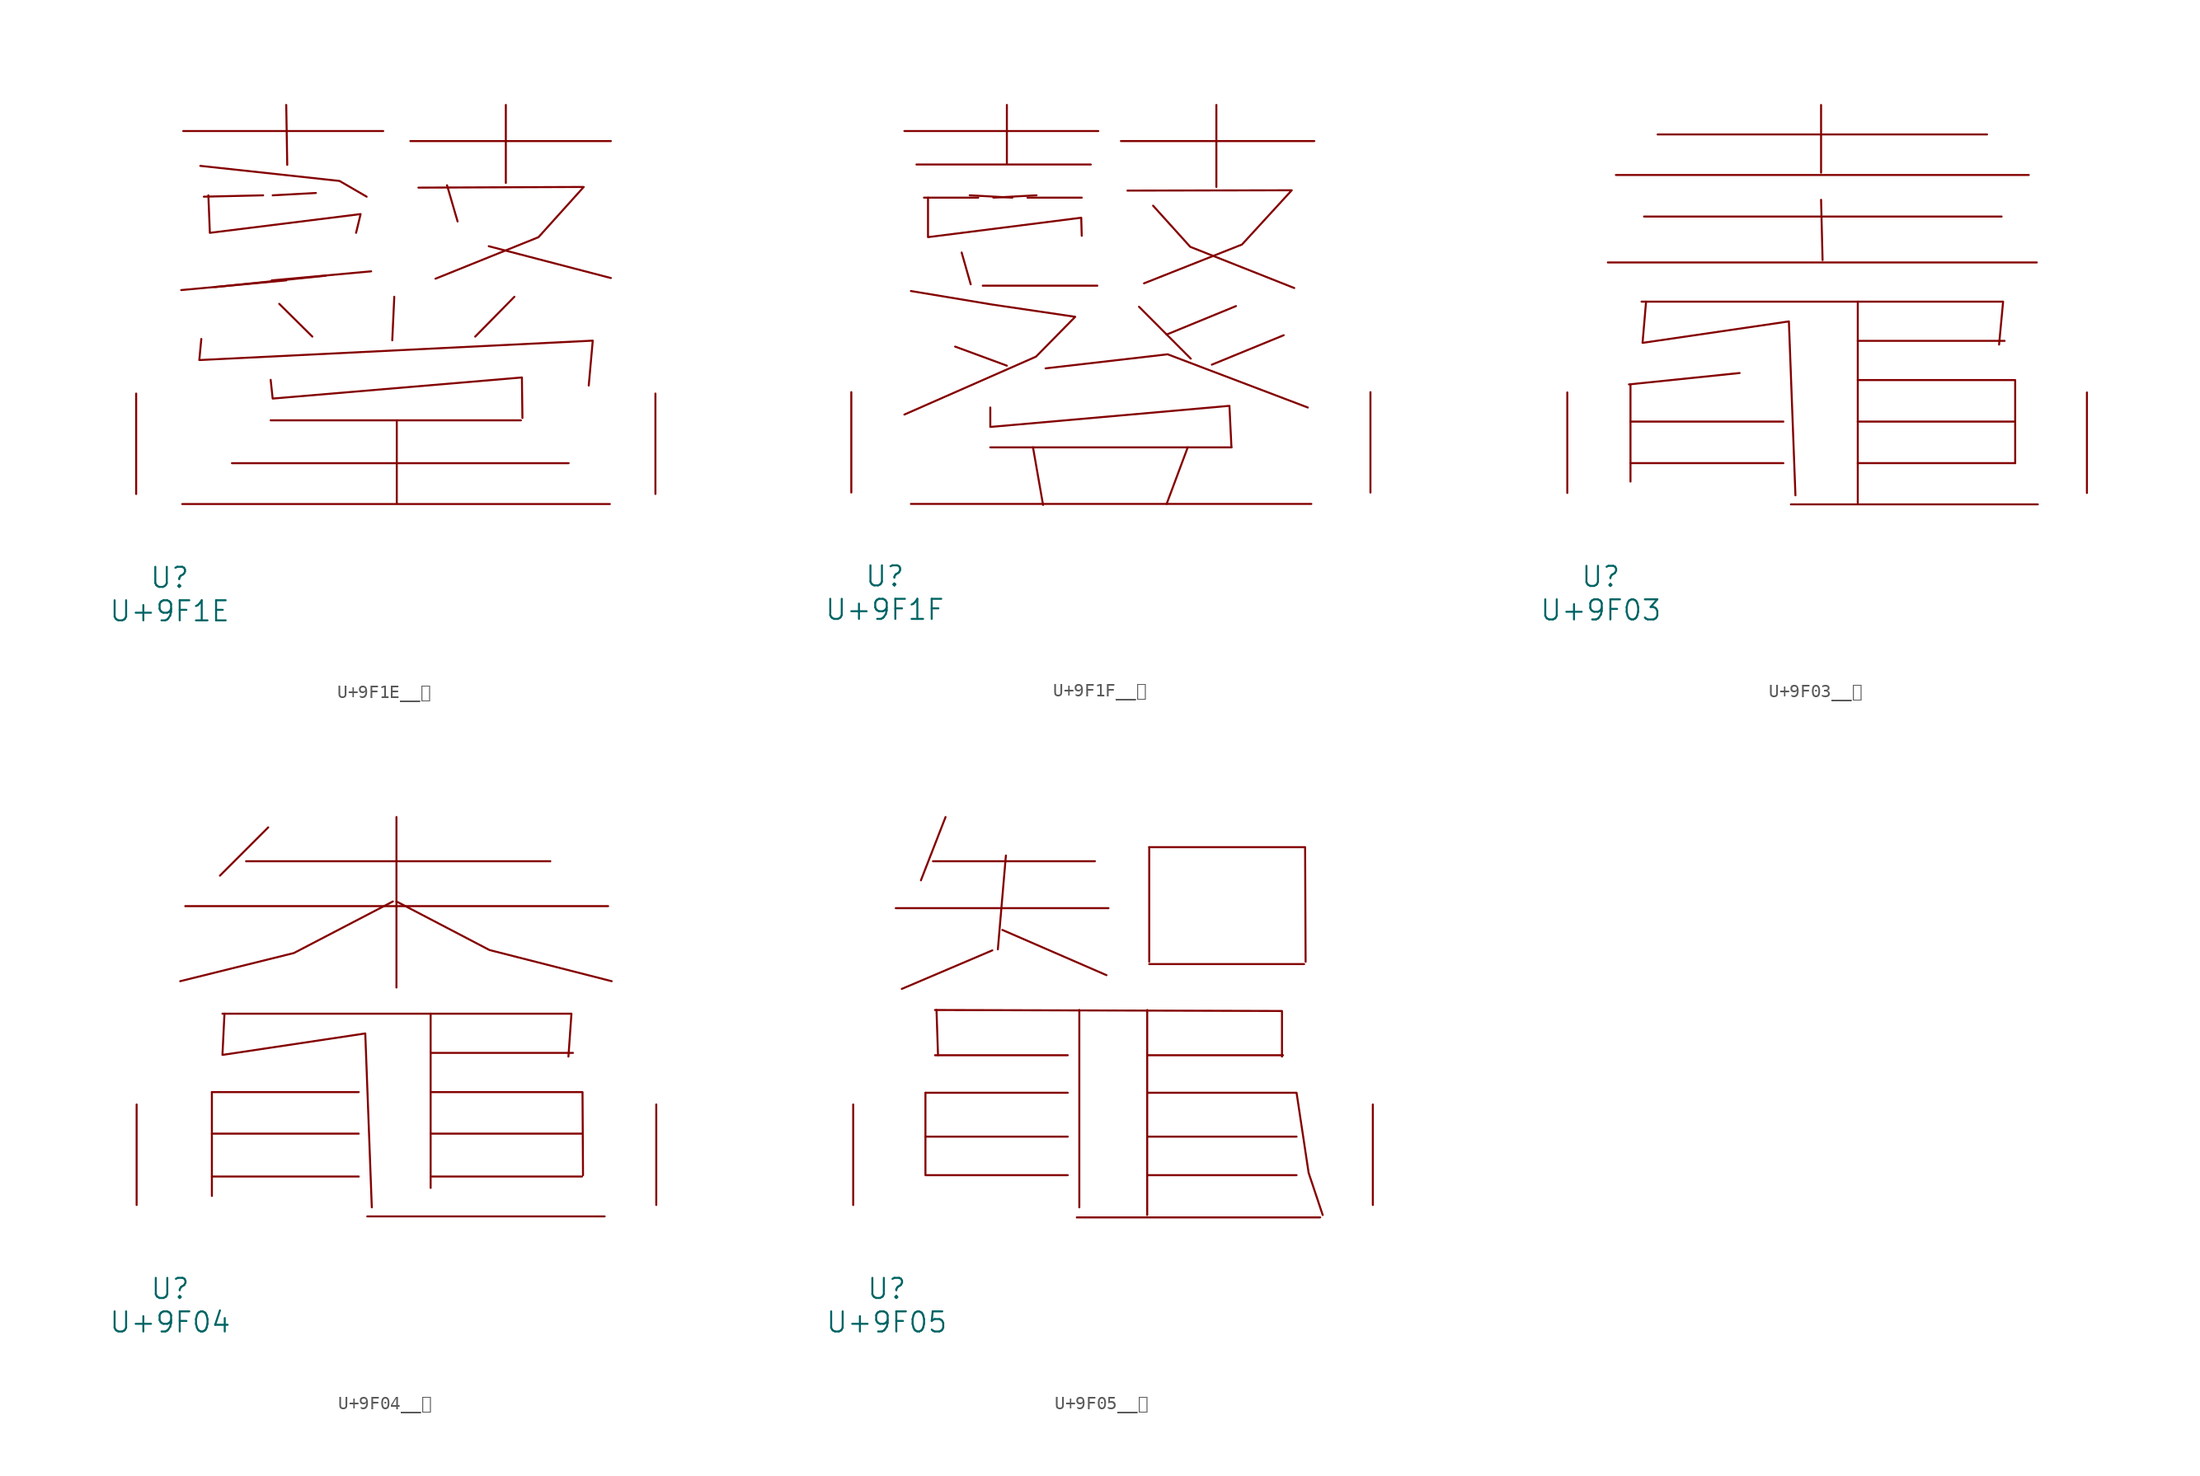
<source format=kicad_sym>
(kicad_symbol_lib
  (version 20231120)
  (generator "kicad_symbol_editor")
  (generator_version "8.0")
  (symbol "U+9F1E__鼞"
    (pin_names
      (offset 1.016))
    (property "Reference" "U"
      (at 0 -6.35 0)
      (effects (font (size 1.524 1.524))))
    (property "Value" "U+9F1E"
      (at 0 -8.89 0)
      (effects (font (size 1.524 1.524))))
    (symbol "U+9F1E__鼞_0_1"
      (polyline (pts (xy 0.953 -0.762) (xy 33.376 -0.762)) (stroke (width 0) (type solid)) (fill (type none)))
      (polyline (pts (xy 1.029 27.534) (xy 16.192 27.534)) (stroke (width 0) (type solid)) (fill (type none)))
      (polyline (pts (xy 4.724 2.337) (xy 30.251 2.337)) (stroke (width 0) (type solid)) (fill (type none)))
      (polyline (pts (xy 7.087 22.657) (xy 2.591 22.555)) (stroke (width 0) (type solid)) (fill (type none)))
      (polyline (pts (xy 7.658 5.588) (xy 26.632 5.588)) (stroke (width 0) (type solid)) (fill (type none)))
      (polyline (pts (xy 7.811 22.657) (xy 11.087 22.835)) (stroke (width 0) (type solid)) (fill (type none)))
      (polyline (pts (xy 8.306 14.427) (xy 10.82 11.938)) (stroke (width 0) (type solid)) (fill (type none)))
      (polyline (pts (xy 8.839 16.205) (xy 0.876 15.469)) (stroke (width 0) (type solid)) (fill (type none)))
      (polyline (pts (xy 8.839 29.515) (xy 8.915 24.968)) (stroke (width 0) (type solid)) (fill (type none)))
      (polyline (pts (xy 11.849 16.561) (xy 3.429 15.697)) (stroke (width 0) (type solid)) (fill (type none)))
      (polyline (pts (xy 15.278 16.891) (xy 7.734 16.205)) (stroke (width 0) (type solid)) (fill (type none)))
      (polyline (pts (xy 17.031 14.961) (xy 16.878 11.659)) (stroke (width 0) (type solid)) (fill (type none)))
      (polyline (pts (xy 17.221 5.588) (xy 17.221 -0.686)) (stroke (width 0) (type solid)) (fill (type none)))
      (polyline (pts (xy 18.25 26.772) (xy 33.452 26.772)) (stroke (width 0) (type solid)) (fill (type none)))
      (polyline (pts (xy 21.031 23.419) (xy 21.831 20.676)) (stroke (width 0) (type solid)) (fill (type none)))
      (polyline (pts (xy 24.194 18.796) (xy 33.452 16.383)) (stroke (width 0) (type solid)) (fill (type none)))
      (polyline (pts (xy 25.489 29.515) (xy 25.489 23.597)) (stroke (width 0) (type solid)) (fill (type none)))
      (polyline (pts (xy 26.137 14.961) (xy 23.165 11.938)) (stroke (width 0) (type solid)) (fill (type none)))
      (polyline (pts (xy 2.324 24.892) (xy 12.878 23.749) (xy 14.935 22.555)) (stroke (width 0) (type solid)) (fill (type none)))
      (polyline (pts (xy 2.4 11.76) (xy 2.248 10.16) (xy 32.08 11.633) (xy 31.775 8.23)) (stroke (width 0) (type solid)) (fill (type none)))
      (polyline (pts (xy 2.934 22.657) (xy 3.048 19.812) (xy 14.478 21.234) (xy 14.135 19.812)) (stroke (width 0) (type solid)) (fill (type none)))
      (polyline (pts (xy 7.658 8.661) (xy 7.811 7.239) (xy 26.708 8.839) (xy 26.746 5.766)) (stroke (width 0) (type solid)) (fill (type none)))
      (polyline (pts (xy 18.86 23.241) (xy 31.394 23.292) (xy 27.965 19.482) (xy 20.155 16.332)) (stroke (width 0) (type solid)) (fill (type none)))
      (pin input line (at -2.54 0 90) (length 7.62) (name "~" (effects (font (size 1.27 1.27)))) (number "~" (effects (font (size 1.27 1.27)))))
      (pin input line (at 36.83 0 90) (length 7.62) (name "~" (effects (font (size 1.27 1.27)))) (number "~" (effects (font (size 1.27 1.27)))))))
  (symbol "U+9F1F__鼟"
    (pin_names
      (offset 1.016))
    (property "Reference" "U"
      (at 0 -6.35 0)
      (effects (font (size 1.524 1.524))))
    (property "Value" "U+9F1F"
      (at 0 -8.89 0)
      (effects (font (size 1.524 1.524))))
    (symbol "U+9F1F__鼟_0_1"
      (polyline (pts (xy 1.486 27.432) (xy 16.192 27.432)) (stroke (width 0) (type solid)) (fill (type none)))
      (polyline (pts (xy 1.981 -0.864) (xy 32.347 -0.864)) (stroke (width 0) (type solid)) (fill (type none)))
      (polyline (pts (xy 2.4 24.892) (xy 15.621 24.892)) (stroke (width 0) (type solid)) (fill (type none)))
      (polyline (pts (xy 5.334 11.074) (xy 9.258 9.627)) (stroke (width 0) (type solid)) (fill (type none)))
      (polyline (pts (xy 5.829 18.212) (xy 6.515 15.799)) (stroke (width 0) (type solid)) (fill (type none)))
      (polyline (pts (xy 7.087 22.377) (xy 2.972 22.377)) (stroke (width 0) (type solid)) (fill (type none)))
      (polyline (pts (xy 7.429 15.697) (xy 16.116 15.697)) (stroke (width 0) (type solid)) (fill (type none)))
      (polyline (pts (xy 8.001 3.429) (xy 26.289 3.429)) (stroke (width 0) (type solid)) (fill (type none)))
      (polyline (pts (xy 8.23 22.377) (xy 11.506 22.555)) (stroke (width 0) (type solid)) (fill (type none)))
      (polyline (pts (xy 9.258 29.413) (xy 9.258 24.968)) (stroke (width 0) (type solid)) (fill (type none)))
      (polyline (pts (xy 9.677 22.377) (xy 6.439 22.555)) (stroke (width 0) (type solid)) (fill (type none)))
      (polyline (pts (xy 10.82 22.377) (xy 14.935 22.377)) (stroke (width 0) (type solid)) (fill (type none)))
      (polyline (pts (xy 11.239 3.429) (xy 12.002 -0.94)) (stroke (width 0) (type solid)) (fill (type none)))
      (polyline (pts (xy 17.907 26.67) (xy 32.575 26.67)) (stroke (width 0) (type solid)) (fill (type none)))
      (polyline (pts (xy 19.279 14.097) (xy 23.203 10.16)) (stroke (width 0) (type solid)) (fill (type none)))
      (polyline (pts (xy 22.974 3.429) (xy 21.374 -0.864)) (stroke (width 0) (type solid)) (fill (type none)))
      (polyline (pts (xy 25.146 29.413) (xy 25.146 23.19)) (stroke (width 0) (type solid)) (fill (type none)))
      (polyline (pts (xy 26.632 14.148) (xy 21.374 11.989)) (stroke (width 0) (type solid)) (fill (type none)))
      (polyline (pts (xy 30.251 11.938) (xy 24.803 9.703)) (stroke (width 0) (type solid)) (fill (type none)))
      (polyline (pts (xy 12.192 9.423) (xy 21.45 10.49) (xy 32.08 6.452)) (stroke (width 0) (type solid)) (fill (type none)))
      (polyline (pts (xy 20.345 21.768) (xy 23.165 18.644) (xy 31.052 15.519)) (stroke (width 0) (type solid)) (fill (type none)))
      (polyline (pts (xy 3.277 22.377) (xy 3.277 19.38) (xy 14.897 20.853) (xy 14.935 19.482)) (stroke (width 0) (type solid)) (fill (type none)))
      (polyline (pts (xy 8.001 6.452) (xy 8.001 4.978) (xy 26.137 6.579) (xy 26.289 3.429)) (stroke (width 0) (type solid)) (fill (type none)))
      (polyline (pts (xy 18.402 22.911) (xy 30.861 22.936) (xy 27.089 18.821) (xy 19.66 15.875)) (stroke (width 0) (type solid)) (fill (type none)))
      (polyline (pts (xy 1.981 15.291) (xy 8.077 14.275) (xy 14.44 13.335) (xy 11.468 10.312) (xy 1.486 5.918)) (stroke (width 0) (type solid)) (fill (type none)))
      (pin input line (at -2.54 0 90) (length 7.62) (name "~" (effects (font (size 1.27 1.27)))) (number "~" (effects (font (size 1.27 1.27)))))
      (pin input line (at 36.83 0 90) (length 7.62) (name "~" (effects (font (size 1.27 1.27)))) (number "~" (effects (font (size 1.27 1.27)))))))
  (symbol "U+9F03__鼃"
    (pin_names
      (offset 1.016))
    (property "Reference" "U"
      (at 0 -6.35 0)
      (effects (font (size 1.524 1.524))))
    (property "Value" "U+9F03"
      (at 0 -8.89 0)
      (effects (font (size 1.524 1.524))))
    (symbol "U+9F03__鼃_0_1"
      (polyline (pts (xy 0.533 17.475) (xy 33.033 17.475)) (stroke (width 0) (type solid)) (fill (type none)))
      (polyline (pts (xy 1.143 24.105) (xy 32.423 24.105)) (stroke (width 0) (type solid)) (fill (type none)))
      (polyline (pts (xy 2.248 2.261) (xy 13.83 2.261)) (stroke (width 0) (type solid)) (fill (type none)))
      (polyline (pts (xy 2.248 5.41) (xy 13.83 5.41)) (stroke (width 0) (type solid)) (fill (type none)))
      (polyline (pts (xy 2.248 8.153) (xy 2.248 0.864)) (stroke (width 0) (type solid)) (fill (type none)))
      (polyline (pts (xy 3.277 20.955) (xy 30.366 20.955)) (stroke (width 0) (type solid)) (fill (type none)))
      (polyline (pts (xy 4.305 27.178) (xy 29.261 27.178)) (stroke (width 0) (type solid)) (fill (type none)))
      (polyline (pts (xy 10.516 9.093) (xy 2.134 8.23)) (stroke (width 0) (type solid)) (fill (type none)))
      (polyline (pts (xy 14.402 -0.864) (xy 33.109 -0.864)) (stroke (width 0) (type solid)) (fill (type none)))
      (polyline (pts (xy 16.688 22.225) (xy 16.802 17.653)) (stroke (width 0) (type solid)) (fill (type none)))
      (polyline (pts (xy 16.688 29.413) (xy 16.688 24.282)) (stroke (width 0) (type solid)) (fill (type none)))
      (polyline (pts (xy 19.469 2.261) (xy 31.394 2.261)) (stroke (width 0) (type solid)) (fill (type none)))
      (polyline (pts (xy 19.469 5.41) (xy 31.394 5.41)) (stroke (width 0) (type solid)) (fill (type none)))
      (polyline (pts (xy 19.469 11.532) (xy 30.594 11.532)) (stroke (width 0) (type solid)) (fill (type none)))
      (polyline (pts (xy 19.469 14.503) (xy 19.469 -0.762)) (stroke (width 0) (type solid)) (fill (type none)))
      (polyline (pts (xy 3.086 14.503) (xy 30.48 14.503) (xy 30.175 11.252)) (stroke (width 0) (type solid)) (fill (type none)))
      (polyline (pts (xy 19.469 8.56) (xy 31.394 8.56) (xy 31.394 2.261)) (stroke (width 0) (type solid)) (fill (type none)))
      (polyline (pts (xy 3.429 14.503) (xy 3.162 11.379) (xy 14.249 13.005) (xy 14.745 -0.178)) (stroke (width 0) (type solid)) (fill (type none)))
      (pin input line (at -2.54 0 90) (length 7.62) (name "~" (effects (font (size 1.27 1.27)))) (number "~" (effects (font (size 1.27 1.27)))))
      (pin input line (at 36.83 0 90) (length 7.62) (name "~" (effects (font (size 1.27 1.27)))) (number "~" (effects (font (size 1.27 1.27)))))))
  (symbol "U+9F04__鼄"
    (pin_names
      (offset 1.016))
    (property "Reference" "U"
      (at 0 -6.35 0)
      (effects (font (size 1.524 1.524))))
    (property "Value" "U+9F04"
      (at 0 -8.89 0)
      (effects (font (size 1.524 1.524))))
    (symbol "U+9F04__鼄_0_1"
      (polyline (pts (xy 1.143 22.657) (xy 33.185 22.657)) (stroke (width 0) (type solid)) (fill (type none)))
      (polyline (pts (xy 3.162 2.159) (xy 14.287 2.159)) (stroke (width 0) (type solid)) (fill (type none)))
      (polyline (pts (xy 3.162 5.41) (xy 14.287 5.41)) (stroke (width 0) (type solid)) (fill (type none)))
      (polyline (pts (xy 3.162 8.56) (xy 3.162 0.686)) (stroke (width 0) (type solid)) (fill (type none)))
      (polyline (pts (xy 3.162 8.56) (xy 14.287 8.56)) (stroke (width 0) (type solid)) (fill (type none)))
      (polyline (pts (xy 5.753 26.06) (xy 28.804 26.06)) (stroke (width 0) (type solid)) (fill (type none)))
      (polyline (pts (xy 7.429 28.626) (xy 3.772 24.968)) (stroke (width 0) (type solid)) (fill (type none)))
      (polyline (pts (xy 14.935 -0.864) (xy 32.918 -0.864)) (stroke (width 0) (type solid)) (fill (type none)))
      (polyline (pts (xy 17.145 29.413) (xy 17.145 16.485)) (stroke (width 0) (type solid)) (fill (type none)))
      (polyline (pts (xy 19.736 2.159) (xy 31.204 2.159)) (stroke (width 0) (type solid)) (fill (type none)))
      (polyline (pts (xy 19.736 5.41) (xy 31.204 5.41)) (stroke (width 0) (type solid)) (fill (type none)))
      (polyline (pts (xy 19.736 11.532) (xy 30.518 11.532)) (stroke (width 0) (type solid)) (fill (type none)))
      (polyline (pts (xy 19.736 14.503) (xy 19.736 1.295)) (stroke (width 0) (type solid)) (fill (type none)))
      (polyline (pts (xy 3.962 14.503) (xy 30.404 14.503) (xy 30.175 11.252)) (stroke (width 0) (type solid)) (fill (type none)))
      (polyline (pts (xy 16.878 23.012) (xy 9.373 19.101) (xy 0.762 16.967)) (stroke (width 0) (type solid)) (fill (type none)))
      (polyline (pts (xy 17.145 23.012) (xy 24.194 19.329) (xy 33.452 16.967)) (stroke (width 0) (type solid)) (fill (type none)))
      (polyline (pts (xy 19.736 8.56) (xy 31.242 8.56) (xy 31.28 2.261)) (stroke (width 0) (type solid)) (fill (type none)))
      (polyline (pts (xy 4.115 14.503) (xy 3.962 11.379) (xy 14.783 13.005) (xy 15.278 -0.178)) (stroke (width 0) (type solid)) (fill (type none)))
      (pin input line (at -2.54 0 90) (length 7.62) (name "~" (effects (font (size 1.27 1.27)))) (number "~" (effects (font (size 1.27 1.27)))))
      (pin input line (at 36.83 0 90) (length 7.62) (name "~" (effects (font (size 1.27 1.27)))) (number "~" (effects (font (size 1.27 1.27)))))))
  (symbol "U+9F05__鼅"
    (pin_names
      (offset 1.016))
    (property "Reference" "U"
      (at 0 -6.35 0)
      (effects (font (size 1.524 1.524))))
    (property "Value" "U+9F05"
      (at 0 -8.89 0)
      (effects (font (size 1.524 1.524))))
    (symbol "U+9F05__鼅_0_1"
      (polyline (pts (xy 0.686 22.504) (xy 16.802 22.504)) (stroke (width 0) (type solid)) (fill (type none)))
      (polyline (pts (xy 2.934 2.261) (xy 13.716 2.261)) (stroke (width 0) (type solid)) (fill (type none)))
      (polyline (pts (xy 2.934 5.182) (xy 13.716 5.182)) (stroke (width 0) (type solid)) (fill (type none)))
      (polyline (pts (xy 2.934 8.509) (xy 2.934 2.337)) (stroke (width 0) (type solid)) (fill (type none)))
      (polyline (pts (xy 2.934 8.509) (xy 13.716 8.509)) (stroke (width 0) (type solid)) (fill (type none)))
      (polyline (pts (xy 3.505 26.06) (xy 15.773 26.06)) (stroke (width 0) (type solid)) (fill (type none)))
      (polyline (pts (xy 3.658 11.354) (xy 13.716 11.354)) (stroke (width 0) (type solid)) (fill (type none)))
      (polyline (pts (xy 3.772 14.783) (xy 3.886 11.354)) (stroke (width 0) (type solid)) (fill (type none)))
      (polyline (pts (xy 4.458 29.413) (xy 2.591 24.613)) (stroke (width 0) (type solid)) (fill (type none)))
      (polyline (pts (xy 8.001 19.304) (xy 1.143 16.383)) (stroke (width 0) (type solid)) (fill (type none)))
      (polyline (pts (xy 8.763 20.853) (xy 16.65 17.424)) (stroke (width 0) (type solid)) (fill (type none)))
      (polyline (pts (xy 9.03 26.492) (xy 8.42 19.38)) (stroke (width 0) (type solid)) (fill (type none)))
      (polyline (pts (xy 14.402 -0.94) (xy 32.842 -0.94)) (stroke (width 0) (type solid)) (fill (type none)))
      (polyline (pts (xy 14.592 14.783) (xy 14.592 -0.178)) (stroke (width 0) (type solid)) (fill (type none)))
      (polyline (pts (xy 19.736 2.261) (xy 31.052 2.261)) (stroke (width 0) (type solid)) (fill (type none)))
      (polyline (pts (xy 19.736 5.182) (xy 31.052 5.182)) (stroke (width 0) (type solid)) (fill (type none)))
      (polyline (pts (xy 19.736 11.354) (xy 30.023 11.354)) (stroke (width 0) (type solid)) (fill (type none)))
      (polyline (pts (xy 19.736 14.783) (xy 19.736 -0.762)) (stroke (width 0) (type solid)) (fill (type none)))
      (polyline (pts (xy 19.888 18.263) (xy 31.623 18.263)) (stroke (width 0) (type solid)) (fill (type none)))
      (polyline (pts (xy 19.888 27.127) (xy 19.888 18.44)) (stroke (width 0) (type solid)) (fill (type none)))
      (polyline (pts (xy 3.658 14.783) (xy 29.947 14.707) (xy 29.947 11.252)) (stroke (width 0) (type solid)) (fill (type none)))
      (polyline (pts (xy 19.888 27.127) (xy 31.699 27.127) (xy 31.737 18.44)) (stroke (width 0) (type solid)) (fill (type none)))
      (polyline (pts (xy 19.736 8.509) (xy 31.052 8.509) (xy 31.966 2.438) (xy 33.033 -0.762)) (stroke (width 0) (type solid)) (fill (type none)))
      (pin input line (at -2.54 0 90) (length 7.62) (name "~" (effects (font (size 1.27 1.27)))) (number "~" (effects (font (size 1.27 1.27)))))
      (pin input line (at 36.83 0 90) (length 7.62) (name "~" (effects (font (size 1.27 1.27)))) (number "~" (effects (font (size 1.27 1.27))))))))
</source>
